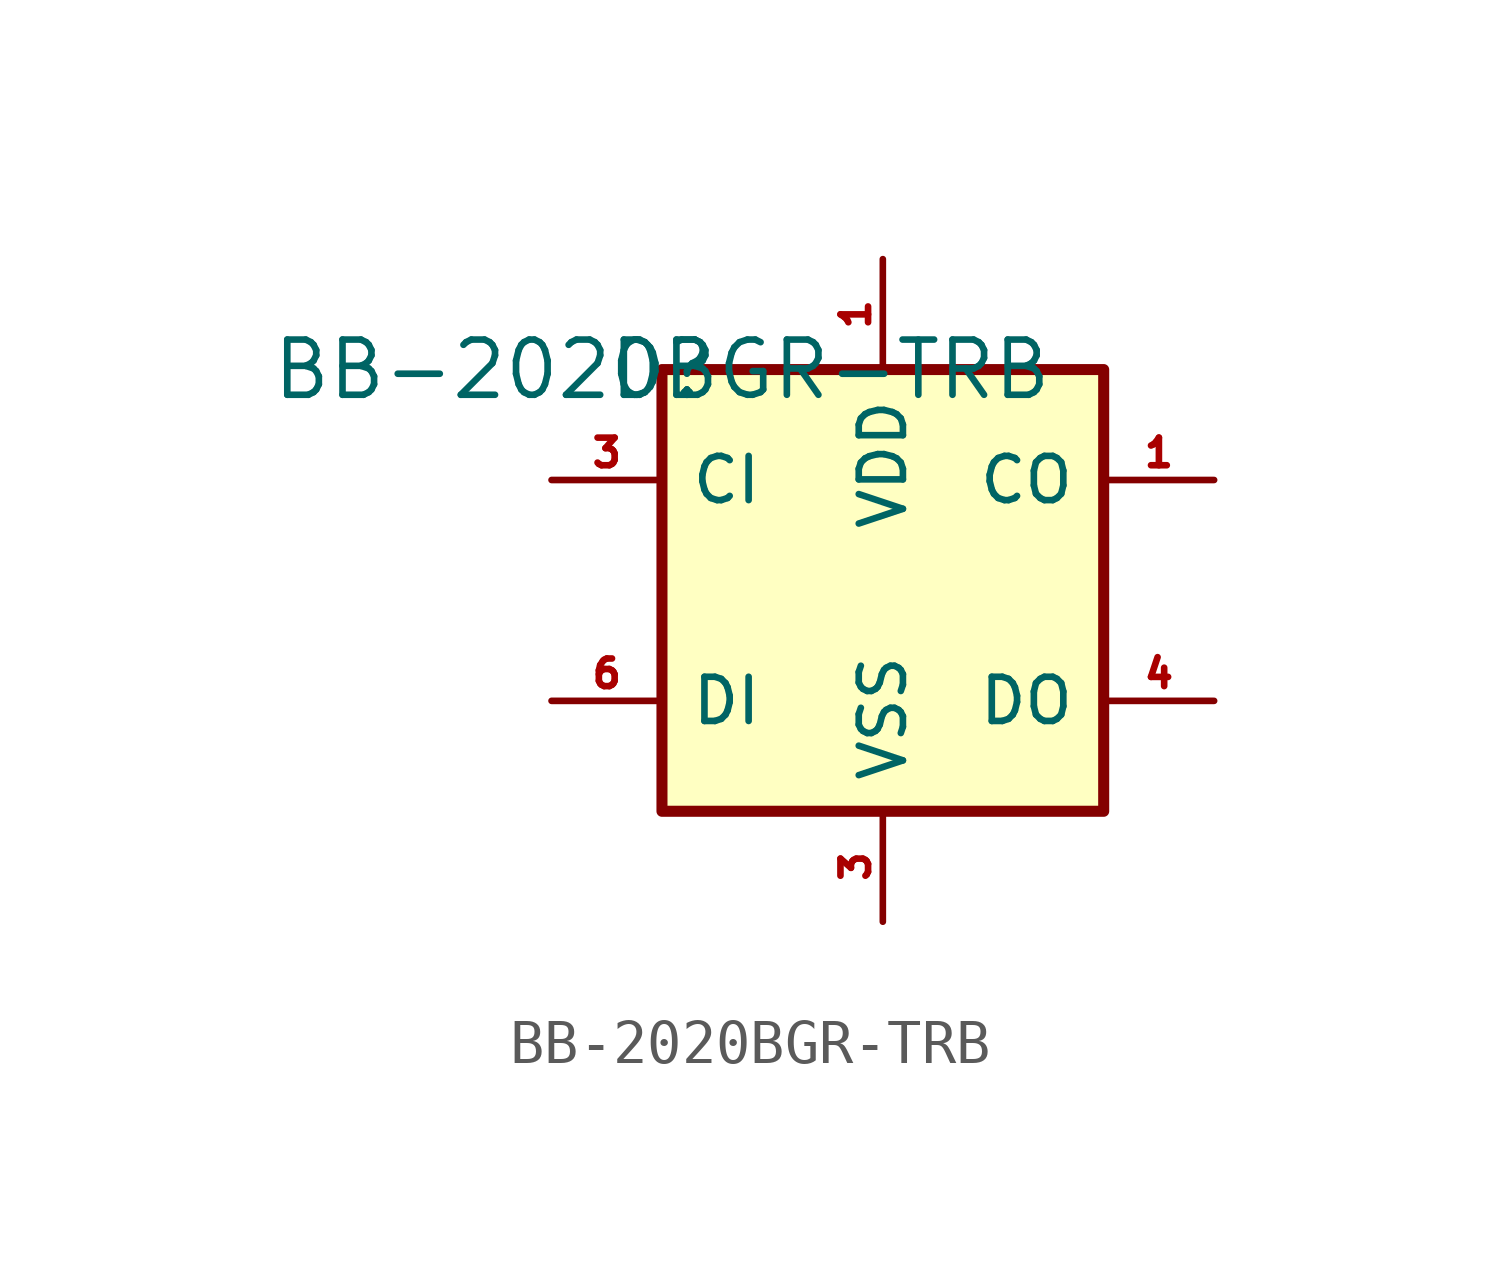
<source format=kicad_sym>
(kicad_symbol_lib
  (version 20211014)
  (generator kicad_symbol_editor)
  (symbol "BB-2020BGR-TRB"
    (pin_names
      (offset 0.635))
    (property "Reference" "D"
      (at 0 0 0)
      (effects (font (size 1.27 1.27))))
    (property "Value" "BB-2020BGR-TRB"
      (at 0 0 0)
      (effects (font (size 1.27 1.27))))
    (symbol "BB-2020BGR-TRB_0_1"
      (rectangle (start 10.16 0) (end 0 -10.16) (stroke (width 0.254) (type default) (color 0 0 0 0)) (fill (type background))))
    (symbol "BB-2020BGR-TRB_1_1"
      (pin unspecified line (at 12.7 -2.54 180) (length 2.54) (name "CO" (effects (font (size 1.016 1.016)))) (number "1" (effects (font (size 0.635 0.635)))))
      (pin power_in line (at 5.08 2.54 270) (length 2.54) (name "VDD" (effects (font (size 1.016 1.016)))) (number "1" (effects (font (size 0.635 0.635)))))
      (pin unspecified line (at -2.54 -2.54 0) (length 2.54) (name "CI" (effects (font (size 1.016 1.016)))) (number "3" (effects (font (size 0.635 0.635)))))
      (pin power_in line (at 5.08 -12.7 90) (length 2.54) (name "VSS" (effects (font (size 1.016 1.016)))) (number "3" (effects (font (size 0.635 0.635)))))
      (pin unspecified line (at 12.7 -7.62 180) (length 2.54) (name "DO" (effects (font (size 1.016 1.016)))) (number "4" (effects (font (size 0.635 0.635)))))
      (pin unspecified line (at -2.54 -7.62 0) (length 2.54) (name "DI" (effects (font (size 1.016 1.016)))) (number "6" (effects (font (size 0.635 0.635))))))))
</source>
